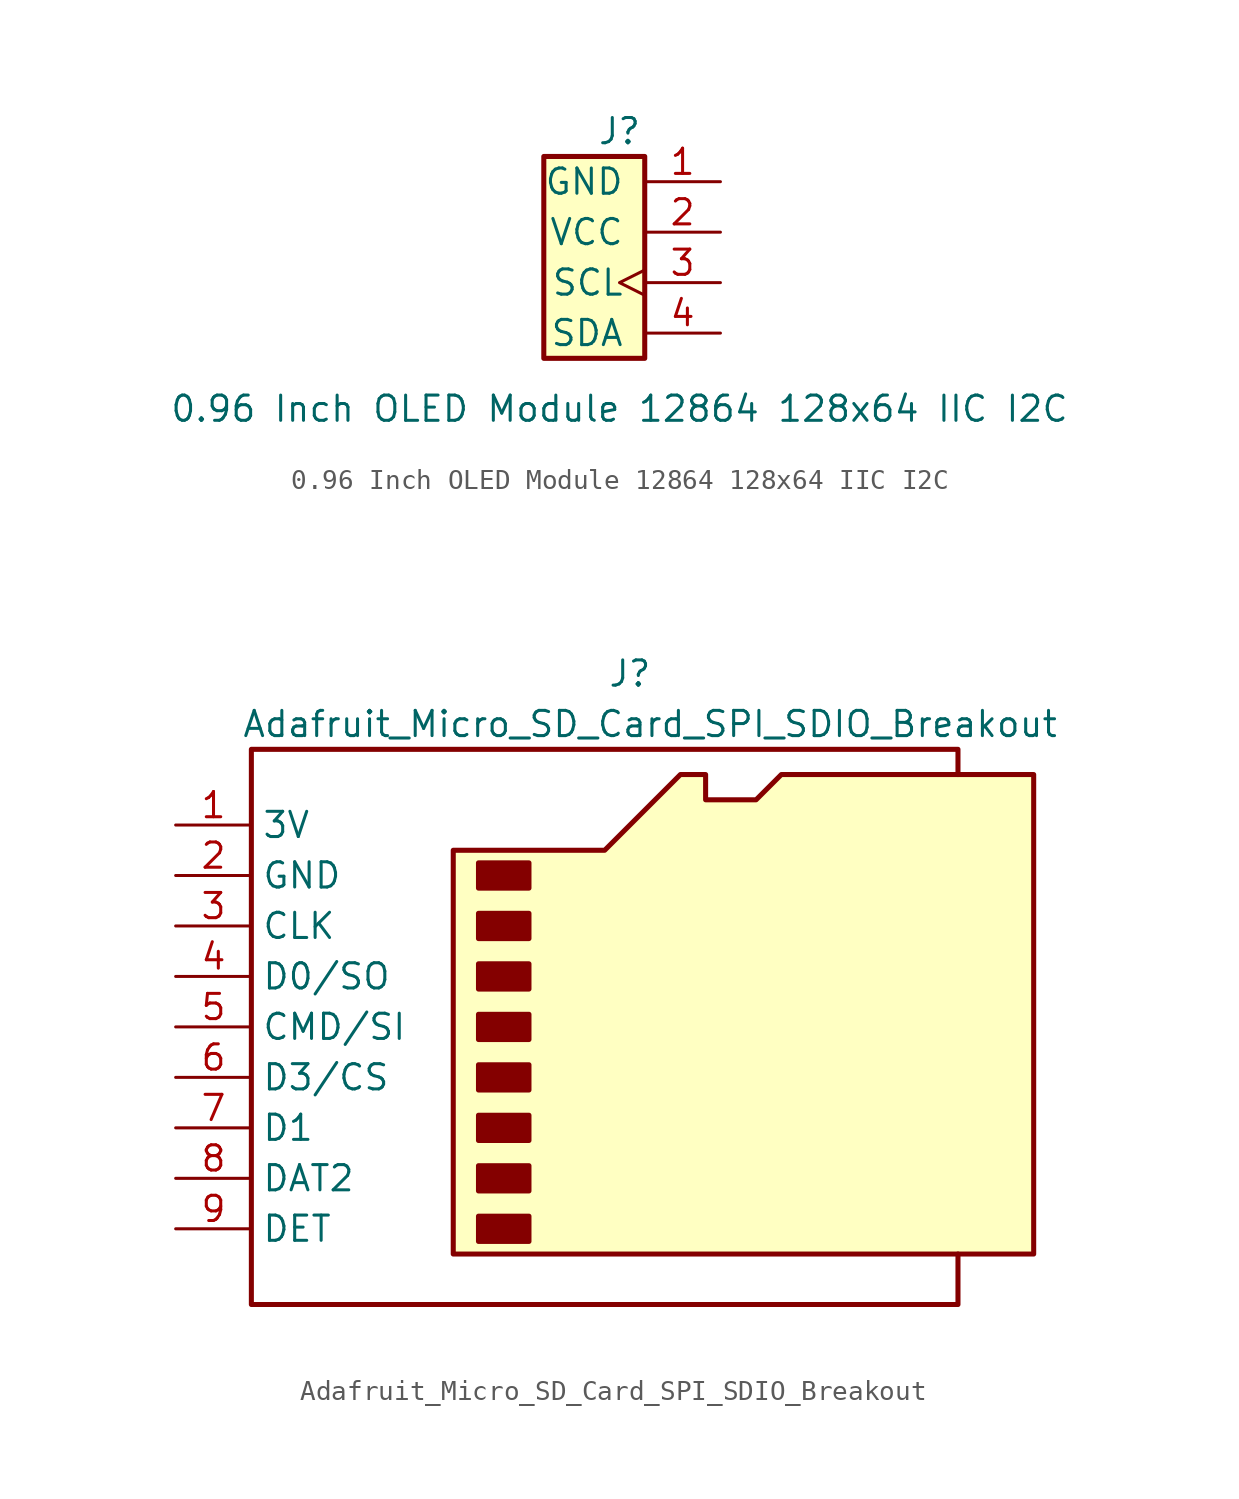
<source format=kicad_sym>
(kicad_symbol_lib
  (version 20220914)
  (generator kicad_symbol_editor)
  (symbol "0.96 Inch OLED Module 12864 128x64 IIC I2C"
    (pin_names
      (offset 1.016))
    (property "Reference" "J"
      (at 0 6.35 0)
      (effects (font (size 1.27 1.27))))
    (property "Value" "0.96 Inch OLED Module 12864 128x64 IIC I2C"
      (at 0 -7.62 0)
      (effects (font (size 1.27 1.27))))
    (symbol "0.96 Inch OLED Module 12864 128x64 IIC I2C_1_1"
      (rectangle (start -3.81 5.08) (end 1.27 -5.08) (stroke (width 0.254) (type default)) (fill (type background)))
      (pin power_in line (at 5.08 3.81 180) (length 3.81) (name "GND" (effects (font (size 1.27 1.27)))) (number "1" (effects (font (size 1.27 1.27)))))
      (pin power_in line (at 5.08 1.27 180) (length 3.81) (name "VCC" (effects (font (size 1.27 1.27)))) (number "2" (effects (font (size 1.27 1.27)))))
      (pin input clock (at 5.08 -1.27 180) (length 3.81) (name "SCL" (effects (font (size 1.27 1.27)))) (number "3" (effects (font (size 1.27 1.27)))))
      (pin input line (at 5.08 -3.81 180) (length 3.81) (name "SDA" (effects (font (size 1.27 1.27)))) (number "4" (effects (font (size 1.27 1.27)))))))
  (symbol "Adafruit_Micro_SD_Card_SPI_SDIO_Breakout"
    (property "Reference" "J"
      (at 0 20.32 0)
      (effects (font (size 1.27 1.27))))
    (property "Value" "Adafruit_Micro_SD_Card_SPI_SDIO_Breakout"
      (at 21.59 17.78 0)
      (effects (font (size 1.27 1.27)) (justify right)))
    (symbol "Adafruit_Micro_SD_Card_SPI_SDIO_Breakout_0_1"
      (rectangle (start -7.62 -6.985) (end -5.08 -8.255) (stroke (width 0.254) (type default)) (fill (type outline)))
      (rectangle (start -7.62 -4.445) (end -5.08 -5.715) (stroke (width 0.254) (type default)) (fill (type outline)))
      (rectangle (start -7.62 -1.905) (end -5.08 -3.175) (stroke (width 0.254) (type default)) (fill (type outline)))
      (rectangle (start -7.62 0.635) (end -5.08 -0.635) (stroke (width 0.254) (type default)) (fill (type outline)))
      (rectangle (start -7.62 3.175) (end -5.08 1.905) (stroke (width 0.254) (type default)) (fill (type outline)))
      (rectangle (start -7.62 5.715) (end -5.08 4.445) (stroke (width 0.254) (type default)) (fill (type outline)))
      (rectangle (start -7.62 8.255) (end -5.08 6.985) (stroke (width 0.254) (type default)) (fill (type outline)))
      (rectangle (start -7.62 10.795) (end -5.08 9.525) (stroke (width 0.254) (type default)) (fill (type outline)))
      (polyline (pts (xy 16.51 15.24) (xy 16.51 16.51) (xy -19.05 16.51) (xy -19.05 -11.43) (xy 16.51 -11.43) (xy 16.51 -8.89)) (stroke (width 0.254) (type default)) (fill (type none)))
      (polyline (pts (xy -8.89 -8.89) (xy -8.89 11.43) (xy -1.27 11.43) (xy 2.54 15.24) (xy 3.81 15.24) (xy 3.81 13.97) (xy 6.35 13.97) (xy 7.62 15.24) (xy 20.32 15.24) (xy 20.32 -8.89) (xy -8.89 -8.89)) (stroke (width 0.254) (type default)) (fill (type background))))
    (symbol "Adafruit_Micro_SD_Card_SPI_SDIO_Breakout_1_1"
      (pin power_in line (at -22.86 12.7 0) (length 3.81) (name "3V" (effects (font (size 1.27 1.27)))) (number "1" (effects (font (size 1.27 1.27)))))
      (pin power_in line (at -22.86 10.16 0) (length 3.81) (name "GND" (effects (font (size 1.27 1.27)))) (number "2" (effects (font (size 1.27 1.27)))))
      (pin input line (at -22.86 7.62 0) (length 3.81) (name "CLK" (effects (font (size 1.27 1.27)))) (number "3" (effects (font (size 1.27 1.27)))))
      (pin bidirectional line (at -22.86 5.08 0) (length 3.81) (name "D0/SO" (effects (font (size 1.27 1.27)))) (number "4" (effects (font (size 1.27 1.27)))))
      (pin input line (at -22.86 2.54 0) (length 3.81) (name "CMD/SI" (effects (font (size 1.27 1.27)))) (number "5" (effects (font (size 1.27 1.27)))))
      (pin bidirectional line (at -22.86 0 0) (length 3.81) (name "D3/CS" (effects (font (size 1.27 1.27)))) (number "6" (effects (font (size 1.27 1.27)))))
      (pin bidirectional line (at -22.86 -2.54 0) (length 3.81) (name "D1" (effects (font (size 1.27 1.27)))) (number "7" (effects (font (size 1.27 1.27)))))
      (pin bidirectional line (at -22.86 -5.08 0) (length 3.81) (name "DAT2" (effects (font (size 1.27 1.27)))) (number "8" (effects (font (size 1.27 1.27)))))
      (pin passive line (at -22.86 -7.62 0) (length 3.81) (name "DET" (effects (font (size 1.27 1.27)))) (number "9" (effects (font (size 1.27 1.27))))))))
</source>
